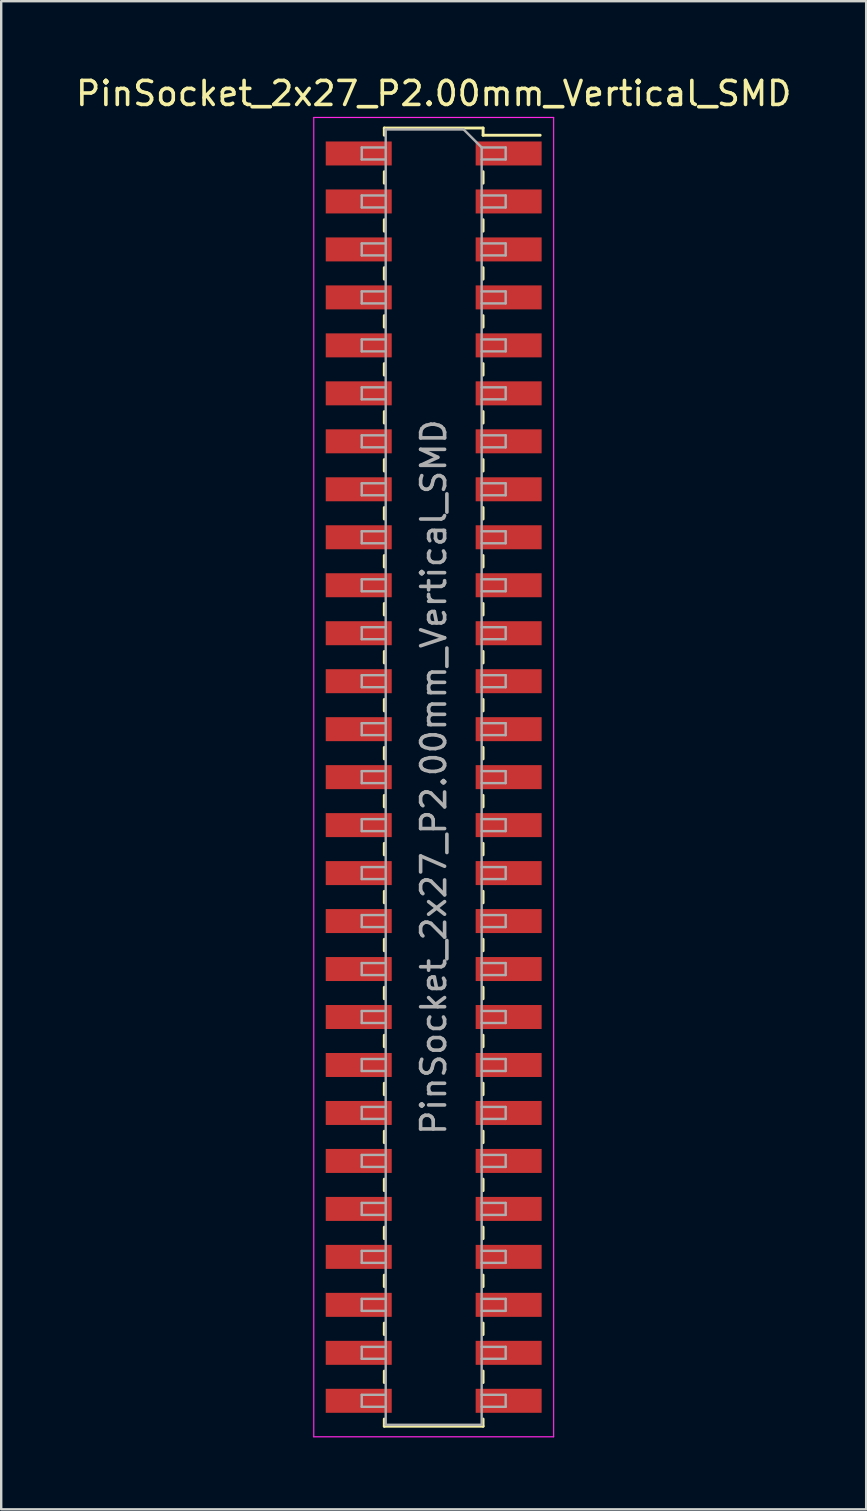
<source format=kicad_pcb>
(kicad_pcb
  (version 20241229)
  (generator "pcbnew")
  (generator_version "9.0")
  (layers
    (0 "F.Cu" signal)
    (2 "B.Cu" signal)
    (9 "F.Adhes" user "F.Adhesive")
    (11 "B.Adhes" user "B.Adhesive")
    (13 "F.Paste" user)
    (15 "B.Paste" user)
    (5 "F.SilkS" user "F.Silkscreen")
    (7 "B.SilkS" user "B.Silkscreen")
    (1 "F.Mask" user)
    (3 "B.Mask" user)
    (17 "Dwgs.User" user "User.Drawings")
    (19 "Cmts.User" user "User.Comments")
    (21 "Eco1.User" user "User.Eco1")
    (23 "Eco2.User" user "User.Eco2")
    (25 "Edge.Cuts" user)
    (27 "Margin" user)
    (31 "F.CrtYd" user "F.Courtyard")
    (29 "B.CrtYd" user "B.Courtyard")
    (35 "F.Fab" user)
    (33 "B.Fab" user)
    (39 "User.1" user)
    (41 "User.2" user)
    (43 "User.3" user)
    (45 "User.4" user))
  (footprint "PinSocket_2x27_P2.00mm_Vertical_SMD"
    (layer "F.Cu")
    (at 15.03 29.348)
    (property "Reference" "PinSocket_2x27_P2.00mm_Vertical_SMD" (at 0 -28.5 0) (layer "F.SilkS") (effects (font (size 1 1) (thickness 0.15))))
    (attr smd)
    (fp_line (start -2.06 -27.06) (end -2.06 -26.76) (stroke (width 0.12) (type solid)) (layer "F.SilkS"))
    (fp_line (start -2.06 -27.06) (end 2.06 -27.06) (stroke (width 0.12) (type solid)) (layer "F.SilkS"))
    (fp_line (start -2.06 -25.24) (end -2.06 -24.76) (stroke (width 0.12) (type solid)) (layer "F.SilkS"))
    (fp_line (start -2.06 -23.24) (end -2.06 -22.76) (stroke (width 0.12) (type solid)) (layer "F.SilkS"))
    (fp_line (start -2.06 -21.24) (end -2.06 -20.76) (stroke (width 0.12) (type solid)) (layer "F.SilkS"))
    (fp_line (start -2.06 -19.24) (end -2.06 -18.76) (stroke (width 0.12) (type solid)) (layer "F.SilkS"))
    (fp_line (start -2.06 -17.24) (end -2.06 -16.76) (stroke (width 0.12) (type solid)) (layer "F.SilkS"))
    (fp_line (start -2.06 -15.24) (end -2.06 -14.76) (stroke (width 0.12) (type solid)) (layer "F.SilkS"))
    (fp_line (start -2.06 -13.24) (end -2.06 -12.76) (stroke (width 0.12) (type solid)) (layer "F.SilkS"))
    (fp_line (start -2.06 -11.24) (end -2.06 -10.76) (stroke (width 0.12) (type solid)) (layer "F.SilkS"))
    (fp_line (start -2.06 -9.24) (end -2.06 -8.76) (stroke (width 0.12) (type solid)) (layer "F.SilkS"))
    (fp_line (start -2.06 -7.24) (end -2.06 -6.76) (stroke (width 0.12) (type solid)) (layer "F.SilkS"))
    (fp_line (start -2.06 -5.24) (end -2.06 -4.76) (stroke (width 0.12) (type solid)) (layer "F.SilkS"))
    (fp_line (start -2.06 -3.24) (end -2.06 -2.76) (stroke (width 0.12) (type solid)) (layer "F.SilkS"))
    (fp_line (start -2.06 -1.24) (end -2.06 -0.76) (stroke (width 0.12) (type solid)) (layer "F.SilkS"))
    (fp_line (start -2.06 0.76) (end -2.06 1.24) (stroke (width 0.12) (type solid)) (layer "F.SilkS"))
    (fp_line (start -2.06 2.76) (end -2.06 3.24) (stroke (width 0.12) (type solid)) (layer "F.SilkS"))
    (fp_line (start -2.06 4.76) (end -2.06 5.24) (stroke (width 0.12) (type solid)) (layer "F.SilkS"))
    (fp_line (start -2.06 6.76) (end -2.06 7.24) (stroke (width 0.12) (type solid)) (layer "F.SilkS"))
    (fp_line (start -2.06 8.76) (end -2.06 9.24) (stroke (width 0.12) (type solid)) (layer "F.SilkS"))
    (fp_line (start -2.06 10.76) (end -2.06 11.24) (stroke (width 0.12) (type solid)) (layer "F.SilkS"))
    (fp_line (start -2.06 12.76) (end -2.06 13.24) (stroke (width 0.12) (type solid)) (layer "F.SilkS"))
    (fp_line (start -2.06 14.76) (end -2.06 15.24) (stroke (width 0.12) (type solid)) (layer "F.SilkS"))
    (fp_line (start -2.06 16.76) (end -2.06 17.24) (stroke (width 0.12) (type solid)) (layer "F.SilkS"))
    (fp_line (start -2.06 18.76) (end -2.06 19.24) (stroke (width 0.12) (type solid)) (layer "F.SilkS"))
    (fp_line (start -2.06 20.76) (end -2.06 21.24) (stroke (width 0.12) (type solid)) (layer "F.SilkS"))
    (fp_line (start -2.06 22.76) (end -2.06 23.24) (stroke (width 0.12) (type solid)) (layer "F.SilkS"))
    (fp_line (start -2.06 24.76) (end -2.06 25.24) (stroke (width 0.12) (type solid)) (layer "F.SilkS"))
    (fp_line (start -2.06 26.76) (end -2.06 27.06) (stroke (width 0.12) (type solid)) (layer "F.SilkS"))
    (fp_line (start -2.06 27.06) (end 2.06 27.06) (stroke (width 0.12) (type solid)) (layer "F.SilkS"))
    (fp_line (start 2.06 -27.06) (end 2.06 -26.76) (stroke (width 0.12) (type solid)) (layer "F.SilkS"))
    (fp_line (start 2.06 -26.76) (end 4.44 -26.76) (stroke (width 0.12) (type solid)) (layer "F.SilkS"))
    (fp_line (start 2.06 -25.24) (end 2.06 -24.76) (stroke (width 0.12) (type solid)) (layer "F.SilkS"))
    (fp_line (start 2.06 -23.24) (end 2.06 -22.76) (stroke (width 0.12) (type solid)) (layer "F.SilkS"))
    (fp_line (start 2.06 -21.24) (end 2.06 -20.76) (stroke (width 0.12) (type solid)) (layer "F.SilkS"))
    (fp_line (start 2.06 -19.24) (end 2.06 -18.76) (stroke (width 0.12) (type solid)) (layer "F.SilkS"))
    (fp_line (start 2.06 -17.24) (end 2.06 -16.76) (stroke (width 0.12) (type solid)) (layer "F.SilkS"))
    (fp_line (start 2.06 -15.24) (end 2.06 -14.76) (stroke (width 0.12) (type solid)) (layer "F.SilkS"))
    (fp_line (start 2.06 -13.24) (end 2.06 -12.76) (stroke (width 0.12) (type solid)) (layer "F.SilkS"))
    (fp_line (start 2.06 -11.24) (end 2.06 -10.76) (stroke (width 0.12) (type solid)) (layer "F.SilkS"))
    (fp_line (start 2.06 -9.24) (end 2.06 -8.76) (stroke (width 0.12) (type solid)) (layer "F.SilkS"))
    (fp_line (start 2.06 -7.24) (end 2.06 -6.76) (stroke (width 0.12) (type solid)) (layer "F.SilkS"))
    (fp_line (start 2.06 -5.24) (end 2.06 -4.76) (stroke (width 0.12) (type solid)) (layer "F.SilkS"))
    (fp_line (start 2.06 -3.24) (end 2.06 -2.76) (stroke (width 0.12) (type solid)) (layer "F.SilkS"))
    (fp_line (start 2.06 -1.24) (end 2.06 -0.76) (stroke (width 0.12) (type solid)) (layer "F.SilkS"))
    (fp_line (start 2.06 0.76) (end 2.06 1.24) (stroke (width 0.12) (type solid)) (layer "F.SilkS"))
    (fp_line (start 2.06 2.76) (end 2.06 3.24) (stroke (width 0.12) (type solid)) (layer "F.SilkS"))
    (fp_line (start 2.06 4.76) (end 2.06 5.24) (stroke (width 0.12) (type solid)) (layer "F.SilkS"))
    (fp_line (start 2.06 6.76) (end 2.06 7.24) (stroke (width 0.12) (type solid)) (layer "F.SilkS"))
    (fp_line (start 2.06 8.76) (end 2.06 9.24) (stroke (width 0.12) (type solid)) (layer "F.SilkS"))
    (fp_line (start 2.06 10.76) (end 2.06 11.24) (stroke (width 0.12) (type solid)) (layer "F.SilkS"))
    (fp_line (start 2.06 12.76) (end 2.06 13.24) (stroke (width 0.12) (type solid)) (layer "F.SilkS"))
    (fp_line (start 2.06 14.76) (end 2.06 15.24) (stroke (width 0.12) (type solid)) (layer "F.SilkS"))
    (fp_line (start 2.06 16.76) (end 2.06 17.24) (stroke (width 0.12) (type solid)) (layer "F.SilkS"))
    (fp_line (start 2.06 18.76) (end 2.06 19.24) (stroke (width 0.12) (type solid)) (layer "F.SilkS"))
    (fp_line (start 2.06 20.76) (end 2.06 21.24) (stroke (width 0.12) (type solid)) (layer "F.SilkS"))
    (fp_line (start 2.06 22.76) (end 2.06 23.24) (stroke (width 0.12) (type solid)) (layer "F.SilkS"))
    (fp_line (start 2.06 24.76) (end 2.06 25.24) (stroke (width 0.12) (type solid)) (layer "F.SilkS"))
    (fp_line (start 2.06 26.76) (end 2.06 27.06) (stroke (width 0.12) (type solid)) (layer "F.SilkS"))
    (fp_line (start -5 -27.5) (end 5 -27.5) (stroke (width 0.05) (type solid)) (layer "F.CrtYd"))
    (fp_line (start -5 27.5) (end -5 -27.5) (stroke (width 0.05) (type solid)) (layer "F.CrtYd"))
    (fp_line (start 5 -27.5) (end 5 27.5) (stroke (width 0.05) (type solid)) (layer "F.CrtYd"))
    (fp_line (start 5 27.5) (end -5 27.5) (stroke (width 0.05) (type solid)) (layer "F.CrtYd"))
    (fp_line (start -3 -26.25) (end -2 -26.25) (stroke (width 0.1) (type solid)) (layer "F.Fab"))
    (fp_line (start -3 -25.75) (end -3 -26.25) (stroke (width 0.1) (type solid)) (layer "F.Fab"))
    (fp_line (start -3 -24.25) (end -2 -24.25) (stroke (width 0.1) (type solid)) (layer "F.Fab"))
    (fp_line (start -3 -23.75) (end -3 -24.25) (stroke (width 0.1) (type solid)) (layer "F.Fab"))
    (fp_line (start -3 -22.25) (end -2 -22.25) (stroke (width 0.1) (type solid)) (layer "F.Fab"))
    (fp_line (start -3 -21.75) (end -3 -22.25) (stroke (width 0.1) (type solid)) (layer "F.Fab"))
    (fp_line (start -3 -20.25) (end -2 -20.25) (stroke (width 0.1) (type solid)) (layer "F.Fab"))
    (fp_line (start -3 -19.75) (end -3 -20.25) (stroke (width 0.1) (type solid)) (layer "F.Fab"))
    (fp_line (start -3 -18.25) (end -2 -18.25) (stroke (width 0.1) (type solid)) (layer "F.Fab"))
    (fp_line (start -3 -17.75) (end -3 -18.25) (stroke (width 0.1) (type solid)) (layer "F.Fab"))
    (fp_line (start -3 -16.25) (end -2 -16.25) (stroke (width 0.1) (type solid)) (layer "F.Fab"))
    (fp_line (start -3 -15.75) (end -3 -16.25) (stroke (width 0.1) (type solid)) (layer "F.Fab"))
    (fp_line (start -3 -14.25) (end -2 -14.25) (stroke (width 0.1) (type solid)) (layer "F.Fab"))
    (fp_line (start -3 -13.75) (end -3 -14.25) (stroke (width 0.1) (type solid)) (layer "F.Fab"))
    (fp_line (start -3 -12.25) (end -2 -12.25) (stroke (width 0.1) (type solid)) (layer "F.Fab"))
    (fp_line (start -3 -11.75) (end -3 -12.25) (stroke (width 0.1) (type solid)) (layer "F.Fab"))
    (fp_line (start -3 -10.25) (end -2 -10.25) (stroke (width 0.1) (type solid)) (layer "F.Fab"))
    (fp_line (start -3 -9.75) (end -3 -10.25) (stroke (width 0.1) (type solid)) (layer "F.Fab"))
    (fp_line (start -3 -8.25) (end -2 -8.25) (stroke (width 0.1) (type solid)) (layer "F.Fab"))
    (fp_line (start -3 -7.75) (end -3 -8.25) (stroke (width 0.1) (type solid)) (layer "F.Fab"))
    (fp_line (start -3 -6.25) (end -2 -6.25) (stroke (width 0.1) (type solid)) (layer "F.Fab"))
    (fp_line (start -3 -5.75) (end -3 -6.25) (stroke (width 0.1) (type solid)) (layer "F.Fab"))
    (fp_line (start -3 -4.25) (end -2 -4.25) (stroke (width 0.1) (type solid)) (layer "F.Fab"))
    (fp_line (start -3 -3.75) (end -3 -4.25) (stroke (width 0.1) (type solid)) (layer "F.Fab"))
    (fp_line (start -3 -2.25) (end -2 -2.25) (stroke (width 0.1) (type solid)) (layer "F.Fab"))
    (fp_line (start -3 -1.75) (end -3 -2.25) (stroke (width 0.1) (type solid)) (layer "F.Fab"))
    (fp_line (start -3 -0.25) (end -2 -0.25) (stroke (width 0.1) (type solid)) (layer "F.Fab"))
    (fp_line (start -3 0.25) (end -3 -0.25) (stroke (width 0.1) (type solid)) (layer "F.Fab"))
    (fp_line (start -3 1.75) (end -2 1.75) (stroke (width 0.1) (type solid)) (layer "F.Fab"))
    (fp_line (start -3 2.25) (end -3 1.75) (stroke (width 0.1) (type solid)) (layer "F.Fab"))
    (fp_line (start -3 3.75) (end -2 3.75) (stroke (width 0.1) (type solid)) (layer "F.Fab"))
    (fp_line (start -3 4.25) (end -3 3.75) (stroke (width 0.1) (type solid)) (layer "F.Fab"))
    (fp_line (start -3 5.75) (end -2 5.75) (stroke (width 0.1) (type solid)) (layer "F.Fab"))
    (fp_line (start -3 6.25) (end -3 5.75) (stroke (width 0.1) (type solid)) (layer "F.Fab"))
    (fp_line (start -3 7.75) (end -2 7.75) (stroke (width 0.1) (type solid)) (layer "F.Fab"))
    (fp_line (start -3 8.25) (end -3 7.75) (stroke (width 0.1) (type solid)) (layer "F.Fab"))
    (fp_line (start -3 9.75) (end -2 9.75) (stroke (width 0.1) (type solid)) (layer "F.Fab"))
    (fp_line (start -3 10.25) (end -3 9.75) (stroke (width 0.1) (type solid)) (layer "F.Fab"))
    (fp_line (start -3 11.75) (end -2 11.75) (stroke (width 0.1) (type solid)) (layer "F.Fab"))
    (fp_line (start -3 12.25) (end -3 11.75) (stroke (width 0.1) (type solid)) (layer "F.Fab"))
    (fp_line (start -3 13.75) (end -2 13.75) (stroke (width 0.1) (type solid)) (layer "F.Fab"))
    (fp_line (start -3 14.25) (end -3 13.75) (stroke (width 0.1) (type solid)) (layer "F.Fab"))
    (fp_line (start -3 15.75) (end -2 15.75) (stroke (width 0.1) (type solid)) (layer "F.Fab"))
    (fp_line (start -3 16.25) (end -3 15.75) (stroke (width 0.1) (type solid)) (layer "F.Fab"))
    (fp_line (start -3 17.75) (end -2 17.75) (stroke (width 0.1) (type solid)) (layer "F.Fab"))
    (fp_line (start -3 18.25) (end -3 17.75) (stroke (width 0.1) (type solid)) (layer "F.Fab"))
    (fp_line (start -3 19.75) (end -2 19.75) (stroke (width 0.1) (type solid)) (layer "F.Fab"))
    (fp_line (start -3 20.25) (end -3 19.75) (stroke (width 0.1) (type solid)) (layer "F.Fab"))
    (fp_line (start -3 21.75) (end -2 21.75) (stroke (width 0.1) (type solid)) (layer "F.Fab"))
    (fp_line (start -3 22.25) (end -3 21.75) (stroke (width 0.1) (type solid)) (layer "F.Fab"))
    (fp_line (start -3 23.75) (end -2 23.75) (stroke (width 0.1) (type solid)) (layer "F.Fab"))
    (fp_line (start -3 24.25) (end -3 23.75) (stroke (width 0.1) (type solid)) (layer "F.Fab"))
    (fp_line (start -3 25.75) (end -2 25.75) (stroke (width 0.1) (type solid)) (layer "F.Fab"))
    (fp_line (start -3 26.25) (end -3 25.75) (stroke (width 0.1) (type solid)) (layer "F.Fab"))
    (fp_line (start -2 -27) (end 1.25 -27) (stroke (width 0.1) (type solid)) (layer "F.Fab"))
    (fp_line (start -2 -25.75) (end -3 -25.75) (stroke (width 0.1) (type solid)) (layer "F.Fab"))
    (fp_line (start -2 -23.75) (end -3 -23.75) (stroke (width 0.1) (type solid)) (layer "F.Fab"))
    (fp_line (start -2 -21.75) (end -3 -21.75) (stroke (width 0.1) (type solid)) (layer "F.Fab"))
    (fp_line (start -2 -19.75) (end -3 -19.75) (stroke (width 0.1) (type solid)) (layer "F.Fab"))
    (fp_line (start -2 -17.75) (end -3 -17.75) (stroke (width 0.1) (type solid)) (layer "F.Fab"))
    (fp_line (start -2 -15.75) (end -3 -15.75) (stroke (width 0.1) (type solid)) (layer "F.Fab"))
    (fp_line (start -2 -13.75) (end -3 -13.75) (stroke (width 0.1) (type solid)) (layer "F.Fab"))
    (fp_line (start -2 -11.75) (end -3 -11.75) (stroke (width 0.1) (type solid)) (layer "F.Fab"))
    (fp_line (start -2 -9.75) (end -3 -9.75) (stroke (width 0.1) (type solid)) (layer "F.Fab"))
    (fp_line (start -2 -7.75) (end -3 -7.75) (stroke (width 0.1) (type solid)) (layer "F.Fab"))
    (fp_line (start -2 -5.75) (end -3 -5.75) (stroke (width 0.1) (type solid)) (layer "F.Fab"))
    (fp_line (start -2 -3.75) (end -3 -3.75) (stroke (width 0.1) (type solid)) (layer "F.Fab"))
    (fp_line (start -2 -1.75) (end -3 -1.75) (stroke (width 0.1) (type solid)) (layer "F.Fab"))
    (fp_line (start -2 0.25) (end -3 0.25) (stroke (width 0.1) (type solid)) (layer "F.Fab"))
    (fp_line (start -2 2.25) (end -3 2.25) (stroke (width 0.1) (type solid)) (layer "F.Fab"))
    (fp_line (start -2 4.25) (end -3 4.25) (stroke (width 0.1) (type solid)) (layer "F.Fab"))
    (fp_line (start -2 6.25) (end -3 6.25) (stroke (width 0.1) (type solid)) (layer "F.Fab"))
    (fp_line (start -2 8.25) (end -3 8.25) (stroke (width 0.1) (type solid)) (layer "F.Fab"))
    (fp_line (start -2 10.25) (end -3 10.25) (stroke (width 0.1) (type solid)) (layer "F.Fab"))
    (fp_line (start -2 12.25) (end -3 12.25) (stroke (width 0.1) (type solid)) (layer "F.Fab"))
    (fp_line (start -2 14.25) (end -3 14.25) (stroke (width 0.1) (type solid)) (layer "F.Fab"))
    (fp_line (start -2 16.25) (end -3 16.25) (stroke (width 0.1) (type solid)) (layer "F.Fab"))
    (fp_line (start -2 18.25) (end -3 18.25) (stroke (width 0.1) (type solid)) (layer "F.Fab"))
    (fp_line (start -2 20.25) (end -3 20.25) (stroke (width 0.1) (type solid)) (layer "F.Fab"))
    (fp_line (start -2 22.25) (end -3 22.25) (stroke (width 0.1) (type solid)) (layer "F.Fab"))
    (fp_line (start -2 24.25) (end -3 24.25) (stroke (width 0.1) (type solid)) (layer "F.Fab"))
    (fp_line (start -2 26.25) (end -3 26.25) (stroke (width 0.1) (type solid)) (layer "F.Fab"))
    (fp_line (start -2 27) (end -2 -27) (stroke (width 0.1) (type solid)) (layer "F.Fab"))
    (fp_line (start 1.25 -27) (end 2 -26.25) (stroke (width 0.1) (type solid)) (layer "F.Fab"))
    (fp_line (start 2 -26.25) (end 2 27) (stroke (width 0.1) (type solid)) (layer "F.Fab"))
    (fp_line (start 2 -26.25) (end 3 -26.25) (stroke (width 0.1) (type solid)) (layer "F.Fab"))
    (fp_line (start 2 -24.25) (end 3 -24.25) (stroke (width 0.1) (type solid)) (layer "F.Fab"))
    (fp_line (start 2 -22.25) (end 3 -22.25) (stroke (width 0.1) (type solid)) (layer "F.Fab"))
    (fp_line (start 2 -20.25) (end 3 -20.25) (stroke (width 0.1) (type solid)) (layer "F.Fab"))
    (fp_line (start 2 -18.25) (end 3 -18.25) (stroke (width 0.1) (type solid)) (layer "F.Fab"))
    (fp_line (start 2 -16.25) (end 3 -16.25) (stroke (width 0.1) (type solid)) (layer "F.Fab"))
    (fp_line (start 2 -14.25) (end 3 -14.25) (stroke (width 0.1) (type solid)) (layer "F.Fab"))
    (fp_line (start 2 -12.25) (end 3 -12.25) (stroke (width 0.1) (type solid)) (layer "F.Fab"))
    (fp_line (start 2 -10.25) (end 3 -10.25) (stroke (width 0.1) (type solid)) (layer "F.Fab"))
    (fp_line (start 2 -8.25) (end 3 -8.25) (stroke (width 0.1) (type solid)) (layer "F.Fab"))
    (fp_line (start 2 -6.25) (end 3 -6.25) (stroke (width 0.1) (type solid)) (layer "F.Fab"))
    (fp_line (start 2 -4.25) (end 3 -4.25) (stroke (width 0.1) (type solid)) (layer "F.Fab"))
    (fp_line (start 2 -2.25) (end 3 -2.25) (stroke (width 0.1) (type solid)) (layer "F.Fab"))
    (fp_line (start 2 -0.25) (end 3 -0.25) (stroke (width 0.1) (type solid)) (layer "F.Fab"))
    (fp_line (start 2 1.75) (end 3 1.75) (stroke (width 0.1) (type solid)) (layer "F.Fab"))
    (fp_line (start 2 3.75) (end 3 3.75) (stroke (width 0.1) (type solid)) (layer "F.Fab"))
    (fp_line (start 2 5.75) (end 3 5.75) (stroke (width 0.1) (type solid)) (layer "F.Fab"))
    (fp_line (start 2 7.75) (end 3 7.75) (stroke (width 0.1) (type solid)) (layer "F.Fab"))
    (fp_line (start 2 9.75) (end 3 9.75) (stroke (width 0.1) (type solid)) (layer "F.Fab"))
    (fp_line (start 2 11.75) (end 3 11.75) (stroke (width 0.1) (type solid)) (layer "F.Fab"))
    (fp_line (start 2 13.75) (end 3 13.75) (stroke (width 0.1) (type solid)) (layer "F.Fab"))
    (fp_line (start 2 15.75) (end 3 15.75) (stroke (width 0.1) (type solid)) (layer "F.Fab"))
    (fp_line (start 2 17.75) (end 3 17.75) (stroke (width 0.1) (type solid)) (layer "F.Fab"))
    (fp_line (start 2 19.75) (end 3 19.75) (stroke (width 0.1) (type solid)) (layer "F.Fab"))
    (fp_line (start 2 21.75) (end 3 21.75) (stroke (width 0.1) (type solid)) (layer "F.Fab"))
    (fp_line (start 2 23.75) (end 3 23.75) (stroke (width 0.1) (type solid)) (layer "F.Fab"))
    (fp_line (start 2 25.75) (end 3 25.75) (stroke (width 0.1) (type solid)) (layer "F.Fab"))
    (fp_line (start 2 27) (end -2 27) (stroke (width 0.1) (type solid)) (layer "F.Fab"))
    (fp_line (start 3 -26.25) (end 3 -25.75) (stroke (width 0.1) (type solid)) (layer "F.Fab"))
    (fp_line (start 3 -25.75) (end 2 -25.75) (stroke (width 0.1) (type solid)) (layer "F.Fab"))
    (fp_line (start 3 -24.25) (end 3 -23.75) (stroke (width 0.1) (type solid)) (layer "F.Fab"))
    (fp_line (start 3 -23.75) (end 2 -23.75) (stroke (width 0.1) (type solid)) (layer "F.Fab"))
    (fp_line (start 3 -22.25) (end 3 -21.75) (stroke (width 0.1) (type solid)) (layer "F.Fab"))
    (fp_line (start 3 -21.75) (end 2 -21.75) (stroke (width 0.1) (type solid)) (layer "F.Fab"))
    (fp_line (start 3 -20.25) (end 3 -19.75) (stroke (width 0.1) (type solid)) (layer "F.Fab"))
    (fp_line (start 3 -19.75) (end 2 -19.75) (stroke (width 0.1) (type solid)) (layer "F.Fab"))
    (fp_line (start 3 -18.25) (end 3 -17.75) (stroke (width 0.1) (type solid)) (layer "F.Fab"))
    (fp_line (start 3 -17.75) (end 2 -17.75) (stroke (width 0.1) (type solid)) (layer "F.Fab"))
    (fp_line (start 3 -16.25) (end 3 -15.75) (stroke (width 0.1) (type solid)) (layer "F.Fab"))
    (fp_line (start 3 -15.75) (end 2 -15.75) (stroke (width 0.1) (type solid)) (layer "F.Fab"))
    (fp_line (start 3 -14.25) (end 3 -13.75) (stroke (width 0.1) (type solid)) (layer "F.Fab"))
    (fp_line (start 3 -13.75) (end 2 -13.75) (stroke (width 0.1) (type solid)) (layer "F.Fab"))
    (fp_line (start 3 -12.25) (end 3 -11.75) (stroke (width 0.1) (type solid)) (layer "F.Fab"))
    (fp_line (start 3 -11.75) (end 2 -11.75) (stroke (width 0.1) (type solid)) (layer "F.Fab"))
    (fp_line (start 3 -10.25) (end 3 -9.75) (stroke (width 0.1) (type solid)) (layer "F.Fab"))
    (fp_line (start 3 -9.75) (end 2 -9.75) (stroke (width 0.1) (type solid)) (layer "F.Fab"))
    (fp_line (start 3 -8.25) (end 3 -7.75) (stroke (width 0.1) (type solid)) (layer "F.Fab"))
    (fp_line (start 3 -7.75) (end 2 -7.75) (stroke (width 0.1) (type solid)) (layer "F.Fab"))
    (fp_line (start 3 -6.25) (end 3 -5.75) (stroke (width 0.1) (type solid)) (layer "F.Fab"))
    (fp_line (start 3 -5.75) (end 2 -5.75) (stroke (width 0.1) (type solid)) (layer "F.Fab"))
    (fp_line (start 3 -4.25) (end 3 -3.75) (stroke (width 0.1) (type solid)) (layer "F.Fab"))
    (fp_line (start 3 -3.75) (end 2 -3.75) (stroke (width 0.1) (type solid)) (layer "F.Fab"))
    (fp_line (start 3 -2.25) (end 3 -1.75) (stroke (width 0.1) (type solid)) (layer "F.Fab"))
    (fp_line (start 3 -1.75) (end 2 -1.75) (stroke (width 0.1) (type solid)) (layer "F.Fab"))
    (fp_line (start 3 -0.25) (end 3 0.25) (stroke (width 0.1) (type solid)) (layer "F.Fab"))
    (fp_line (start 3 0.25) (end 2 0.25) (stroke (width 0.1) (type solid)) (layer "F.Fab"))
    (fp_line (start 3 1.75) (end 3 2.25) (stroke (width 0.1) (type solid)) (layer "F.Fab"))
    (fp_line (start 3 2.25) (end 2 2.25) (stroke (width 0.1) (type solid)) (layer "F.Fab"))
    (fp_line (start 3 3.75) (end 3 4.25) (stroke (width 0.1) (type solid)) (layer "F.Fab"))
    (fp_line (start 3 4.25) (end 2 4.25) (stroke (width 0.1) (type solid)) (layer "F.Fab"))
    (fp_line (start 3 5.75) (end 3 6.25) (stroke (width 0.1) (type solid)) (layer "F.Fab"))
    (fp_line (start 3 6.25) (end 2 6.25) (stroke (width 0.1) (type solid)) (layer "F.Fab"))
    (fp_line (start 3 7.75) (end 3 8.25) (stroke (width 0.1) (type solid)) (layer "F.Fab"))
    (fp_line (start 3 8.25) (end 2 8.25) (stroke (width 0.1) (type solid)) (layer "F.Fab"))
    (fp_line (start 3 9.75) (end 3 10.25) (stroke (width 0.1) (type solid)) (layer "F.Fab"))
    (fp_line (start 3 10.25) (end 2 10.25) (stroke (width 0.1) (type solid)) (layer "F.Fab"))
    (fp_line (start 3 11.75) (end 3 12.25) (stroke (width 0.1) (type solid)) (layer "F.Fab"))
    (fp_line (start 3 12.25) (end 2 12.25) (stroke (width 0.1) (type solid)) (layer "F.Fab"))
    (fp_line (start 3 13.75) (end 3 14.25) (stroke (width 0.1) (type solid)) (layer "F.Fab"))
    (fp_line (start 3 14.25) (end 2 14.25) (stroke (width 0.1) (type solid)) (layer "F.Fab"))
    (fp_line (start 3 15.75) (end 3 16.25) (stroke (width 0.1) (type solid)) (layer "F.Fab"))
    (fp_line (start 3 16.25) (end 2 16.25) (stroke (width 0.1) (type solid)) (layer "F.Fab"))
    (fp_line (start 3 17.75) (end 3 18.25) (stroke (width 0.1) (type solid)) (layer "F.Fab"))
    (fp_line (start 3 18.25) (end 2 18.25) (stroke (width 0.1) (type solid)) (layer "F.Fab"))
    (fp_line (start 3 19.75) (end 3 20.25) (stroke (width 0.1) (type solid)) (layer "F.Fab"))
    (fp_line (start 3 20.25) (end 2 20.25) (stroke (width 0.1) (type solid)) (layer "F.Fab"))
    (fp_line (start 3 21.75) (end 3 22.25) (stroke (width 0.1) (type solid)) (layer "F.Fab"))
    (fp_line (start 3 22.25) (end 2 22.25) (stroke (width 0.1) (type solid)) (layer "F.Fab"))
    (fp_line (start 3 23.75) (end 3 24.25) (stroke (width 0.1) (type solid)) (layer "F.Fab"))
    (fp_line (start 3 24.25) (end 2 24.25) (stroke (width 0.1) (type solid)) (layer "F.Fab"))
    (fp_line (start 3 25.75) (end 3 26.25) (stroke (width 0.1) (type solid)) (layer "F.Fab"))
    (fp_line (start 3 26.25) (end 2 26.25) (stroke (width 0.1) (type solid)) (layer "F.Fab"))
    (fp_text user "${REFERENCE}" (at 0 0 90) (layer "F.Fab") (effects (font (size 1 1) (thickness 0.15))))
    (pad "1" smd rect (at 3.125 -26) (size 2.75 1) (layers "F.Cu" "F.Mask" "F.Paste"))
    (pad "2" smd rect (at -3.125 -26) (size 2.75 1) (layers "F.Cu" "F.Mask" "F.Paste"))
    (pad "3" smd rect (at 3.125 -24) (size 2.75 1) (layers "F.Cu" "F.Mask" "F.Paste"))
    (pad "4" smd rect (at -3.125 -24) (size 2.75 1) (layers "F.Cu" "F.Mask" "F.Paste"))
    (pad "5" smd rect (at 3.125 -22) (size 2.75 1) (layers "F.Cu" "F.Mask" "F.Paste"))
    (pad "6" smd rect (at -3.125 -22) (size 2.75 1) (layers "F.Cu" "F.Mask" "F.Paste"))
    (pad "7" smd rect (at 3.125 -20) (size 2.75 1) (layers "F.Cu" "F.Mask" "F.Paste"))
    (pad "8" smd rect (at -3.125 -20) (size 2.75 1) (layers "F.Cu" "F.Mask" "F.Paste"))
    (pad "9" smd rect (at 3.125 -18) (size 2.75 1) (layers "F.Cu" "F.Mask" "F.Paste"))
    (pad "10" smd rect (at -3.125 -18) (size 2.75 1) (layers "F.Cu" "F.Mask" "F.Paste"))
    (pad "11" smd rect (at 3.125 -16) (size 2.75 1) (layers "F.Cu" "F.Mask" "F.Paste"))
    (pad "12" smd rect (at -3.125 -16) (size 2.75 1) (layers "F.Cu" "F.Mask" "F.Paste"))
    (pad "13" smd rect (at 3.125 -14) (size 2.75 1) (layers "F.Cu" "F.Mask" "F.Paste"))
    (pad "14" smd rect (at -3.125 -14) (size 2.75 1) (layers "F.Cu" "F.Mask" "F.Paste"))
    (pad "15" smd rect (at 3.125 -12) (size 2.75 1) (layers "F.Cu" "F.Mask" "F.Paste"))
    (pad "16" smd rect (at -3.125 -12) (size 2.75 1) (layers "F.Cu" "F.Mask" "F.Paste"))
    (pad "17" smd rect (at 3.125 -10) (size 2.75 1) (layers "F.Cu" "F.Mask" "F.Paste"))
    (pad "18" smd rect (at -3.125 -10) (size 2.75 1) (layers "F.Cu" "F.Mask" "F.Paste"))
    (pad "19" smd rect (at 3.125 -8) (size 2.75 1) (layers "F.Cu" "F.Mask" "F.Paste"))
    (pad "20" smd rect (at -3.125 -8) (size 2.75 1) (layers "F.Cu" "F.Mask" "F.Paste"))
    (pad "21" smd rect (at 3.125 -6) (size 2.75 1) (layers "F.Cu" "F.Mask" "F.Paste"))
    (pad "22" smd rect (at -3.125 -6) (size 2.75 1) (layers "F.Cu" "F.Mask" "F.Paste"))
    (pad "23" smd rect (at 3.125 -4) (size 2.75 1) (layers "F.Cu" "F.Mask" "F.Paste"))
    (pad "24" smd rect (at -3.125 -4) (size 2.75 1) (layers "F.Cu" "F.Mask" "F.Paste"))
    (pad "25" smd rect (at 3.125 -2) (size 2.75 1) (layers "F.Cu" "F.Mask" "F.Paste"))
    (pad "26" smd rect (at -3.125 -2) (size 2.75 1) (layers "F.Cu" "F.Mask" "F.Paste"))
    (pad "27" smd rect (at 3.125 0) (size 2.75 1) (layers "F.Cu" "F.Mask" "F.Paste"))
    (pad "28" smd rect (at -3.125 0) (size 2.75 1) (layers "F.Cu" "F.Mask" "F.Paste"))
    (pad "29" smd rect (at 3.125 2) (size 2.75 1) (layers "F.Cu" "F.Mask" "F.Paste"))
    (pad "30" smd rect (at -3.125 2) (size 2.75 1) (layers "F.Cu" "F.Mask" "F.Paste"))
    (pad "31" smd rect (at 3.125 4) (size 2.75 1) (layers "F.Cu" "F.Mask" "F.Paste"))
    (pad "32" smd rect (at -3.125 4) (size 2.75 1) (layers "F.Cu" "F.Mask" "F.Paste"))
    (pad "33" smd rect (at 3.125 6) (size 2.75 1) (layers "F.Cu" "F.Mask" "F.Paste"))
    (pad "34" smd rect (at -3.125 6) (size 2.75 1) (layers "F.Cu" "F.Mask" "F.Paste"))
    (pad "35" smd rect (at 3.125 8) (size 2.75 1) (layers "F.Cu" "F.Mask" "F.Paste"))
    (pad "36" smd rect (at -3.125 8) (size 2.75 1) (layers "F.Cu" "F.Mask" "F.Paste"))
    (pad "37" smd rect (at 3.125 10) (size 2.75 1) (layers "F.Cu" "F.Mask" "F.Paste"))
    (pad "38" smd rect (at -3.125 10) (size 2.75 1) (layers "F.Cu" "F.Mask" "F.Paste"))
    (pad "39" smd rect (at 3.125 12) (size 2.75 1) (layers "F.Cu" "F.Mask" "F.Paste"))
    (pad "40" smd rect (at -3.125 12) (size 2.75 1) (layers "F.Cu" "F.Mask" "F.Paste"))
    (pad "41" smd rect (at 3.125 14) (size 2.75 1) (layers "F.Cu" "F.Mask" "F.Paste"))
    (pad "42" smd rect (at -3.125 14) (size 2.75 1) (layers "F.Cu" "F.Mask" "F.Paste"))
    (pad "43" smd rect (at 3.125 16) (size 2.75 1) (layers "F.Cu" "F.Mask" "F.Paste"))
    (pad "44" smd rect (at -3.125 16) (size 2.75 1) (layers "F.Cu" "F.Mask" "F.Paste"))
    (pad "45" smd rect (at 3.125 18) (size 2.75 1) (layers "F.Cu" "F.Mask" "F.Paste"))
    (pad "46" smd rect (at -3.125 18) (size 2.75 1) (layers "F.Cu" "F.Mask" "F.Paste"))
    (pad "47" smd rect (at 3.125 20) (size 2.75 1) (layers "F.Cu" "F.Mask" "F.Paste"))
    (pad "48" smd rect (at -3.125 20) (size 2.75 1) (layers "F.Cu" "F.Mask" "F.Paste"))
    (pad "49" smd rect (at 3.125 22) (size 2.75 1) (layers "F.Cu" "F.Mask" "F.Paste"))
    (pad "50" smd rect (at -3.125 22) (size 2.75 1) (layers "F.Cu" "F.Mask" "F.Paste"))
    (pad "51" smd rect (at 3.125 24) (size 2.75 1) (layers "F.Cu" "F.Mask" "F.Paste"))
    (pad "52" smd rect (at -3.125 24) (size 2.75 1) (layers "F.Cu" "F.Mask" "F.Paste"))
    (pad "53" smd rect (at 3.125 26) (size 2.75 1) (layers "F.Cu" "F.Mask" "F.Paste"))
    (pad "54" smd rect (at -3.125 26) (size 2.75 1) (layers "F.Cu" "F.Mask" "F.Paste")))
  (gr_rect
    (start -3 -3)
    (end 33.06 59.873)
    (stroke (width 0.1) (type default))
    (fill no)
    (layer "Edge.Cuts")))
</source>
